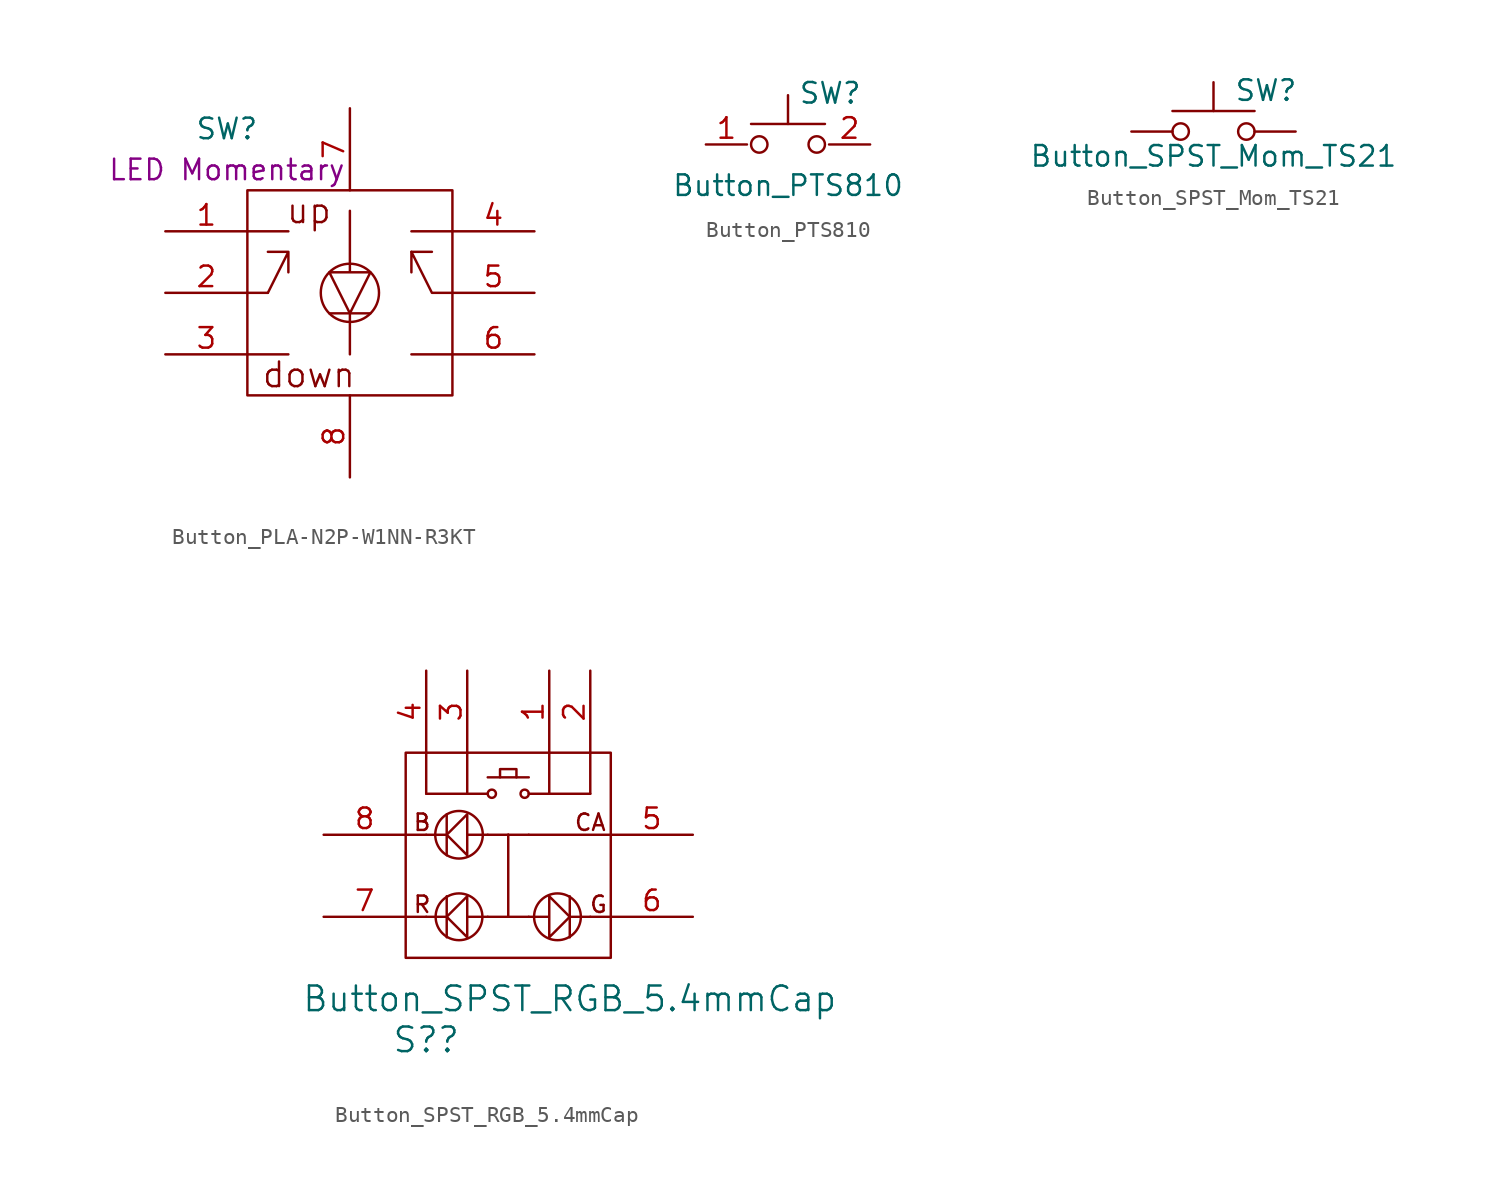
<source format=kicad_sym>
(kicad_symbol_lib
  (version 20241209)
  (generator "kicad_symbol_editor")
  (generator_version "9.0")
  (symbol "Button_PLA-N2P-W1NN-R3KT"
    (pin_names
      (offset 1.016)
      (hide yes))
    (property "Reference" "SW"
      (at -7.62 10.16 0)
      (effects (font (size 1.27 1.27))))
    (property "Display" "LED Momentary"
      (at -7.62 7.62 0)
      (effects (font (size 1.27 1.27))))
    (symbol "Button_PLA-N2P-W1NN-R3KT_0_0"
      (text "up" (at -2.54 5.08 0) (effects (font (size 1.524 1.524))))
      (text "down" (at -2.54 -5.08 0) (effects (font (size 1.524 1.524)))))
    (symbol "Button_PLA-N2P-W1NN-R3KT_0_1"
      (rectangle (start -6.35 6.35) (end 6.35 -6.35) (stroke (width 0) (type default)) (fill (type none)))
      (polyline (pts (xy -6.35 3.81) (xy -3.81 3.81)) (stroke (width 0) (type default)) (fill (type none)))
      (polyline (pts (xy -6.35 0) (xy -5.08 0)) (stroke (width 0) (type default)) (fill (type none)))
      (polyline (pts (xy -6.35 -3.81) (xy -3.81 -3.81)) (stroke (width 0) (type default)) (fill (type none)))
      (polyline (pts (xy -5.08 0) (xy -3.81 2.54) (xy -5.08 2.54) (xy -3.81 2.54) (xy -3.81 1.27)) (stroke (width 0) (type default)) (fill (type none)))
      (polyline (pts (xy -1.27 -1.27) (xy 1.27 -1.27)) (stroke (width 0) (type default)) (fill (type none)))
      (polyline (pts (xy 0 5.08) (xy 0 1.27) (xy 1.27 1.27) (xy 0 -1.27) (xy -1.27 1.27) (xy 0 1.27)) (stroke (width 0) (type default)) (fill (type none)))
      (circle (center 0 0) (radius 1.803) (stroke (width 0) (type default)) (fill (type none)))
      (polyline (pts (xy 0 -1.27) (xy 0 -3.81)) (stroke (width 0) (type default)) (fill (type none)))
      (polyline (pts (xy 3.81 2.54) (xy 5.08 2.54)) (stroke (width 0) (type default)) (fill (type none)))
      (polyline (pts (xy 6.35 3.81) (xy 3.81 3.81)) (stroke (width 0) (type default)) (fill (type none)))
      (polyline (pts (xy 6.35 0) (xy 5.08 0) (xy 3.81 2.54) (xy 3.81 1.27)) (stroke (width 0) (type default)) (fill (type none)))
      (polyline (pts (xy 6.35 -3.81) (xy 3.81 -3.81)) (stroke (width 0) (type default)) (fill (type none))))
    (symbol "Button_PLA-N2P-W1NN-R3KT_1_1"
      (pin input line (at -11.43 3.81 0) (length 5.08) (name "UP-A" (effects (font (size 1.27 1.27)))) (number "1" (effects (font (size 1.27 1.27)))))
      (pin input line (at -11.43 0 0) (length 5.08) (name "POLE-A" (effects (font (size 1.27 1.27)))) (number "2" (effects (font (size 1.27 1.27)))))
      (pin input line (at -11.43 -3.81 0) (length 5.08) (name "DOWN-A" (effects (font (size 1.27 1.27)))) (number "3" (effects (font (size 1.27 1.27)))))
      (pin input line (at 0 11.43 270) (length 5.08) (name "A" (effects (font (size 1.27 1.27)))) (number "7" (effects (font (size 1.27 1.27)))))
      (pin input line (at 0 -11.43 90) (length 5.08) (name "C" (effects (font (size 1.27 1.27)))) (number "8" (effects (font (size 1.27 1.27)))))
      (pin input line (at 11.43 3.81 180) (length 5.08) (name "UP-B" (effects (font (size 1.27 1.27)))) (number "4" (effects (font (size 1.27 1.27)))))
      (pin input line (at 11.43 0 180) (length 5.08) (name "POLE-B" (effects (font (size 1.27 1.27)))) (number "5" (effects (font (size 1.27 1.27)))))
      (pin input line (at 11.43 -3.81 180) (length 5.08) (name "DOWN-B" (effects (font (size 1.27 1.27)))) (number "6" (effects (font (size 1.27 1.27)))))))
  (symbol "Button_PTS810"
    (pin_names
      (offset 1.016)
      (hide yes))
    (property "Reference" "SW"
      (at 0.635 5.715 0)
      (effects (font (size 1.27 1.27)) (justify left)))
    (property "Value" "Button_PTS810"
      (at 0 0 0)
      (effects (font (size 1.27 1.27))))
    (symbol "Button_PTS810_0_1"
      (polyline (pts (xy -2.286 3.81) (xy 2.286 3.81)) (stroke (width 0) (type default)) (fill (type none)))
      (circle (center -1.778 2.54) (radius 0.508) (stroke (width 0) (type default)) (fill (type none)))
      (polyline (pts (xy 0 3.81) (xy 0 5.588)) (stroke (width 0) (type default)) (fill (type none)))
      (circle (center 1.778 2.54) (radius 0.508) (stroke (width 0) (type default)) (fill (type none)))
      (pin passive line (at -5.08 2.54 0) (length 2.54) (name "1" (effects (font (size 1.27 1.27)))) (number "1" (effects (font (size 1.27 1.27)))))
      (pin passive line (at 5.08 2.54 180) (length 2.54) (name "2" (effects (font (size 1.27 1.27)))) (number "2" (effects (font (size 1.27 1.27)))))))
  (symbol "Button_SPST_Mom_TS21"
    (pin_numbers
      (hide yes))
    (pin_names
      (offset 1.016)
      (hide yes))
    (property "Reference" "SW"
      (at 1.27 2.54 0)
      (effects (font (size 1.27 1.27)) (justify left)))
    (property "Value" "Button_SPST_Mom_TS21"
      (at 0 -1.524 0)
      (effects (font (size 1.27 1.27))))
    (symbol "Button_SPST_Mom_TS21_0_1"
      (circle (center -2.032 0) (radius 0.508) (stroke (width 0) (type default)) (fill (type none)))
      (polyline (pts (xy 0 1.27) (xy 0 3.048)) (stroke (width 0) (type default)) (fill (type none)))
      (circle (center 2.032 0) (radius 0.508) (stroke (width 0) (type default)) (fill (type none)))
      (polyline (pts (xy 2.54 1.27) (xy -2.54 1.27)) (stroke (width 0) (type default)) (fill (type none)))
      (pin passive line (at -5.08 0 0) (length 2.54) (name "1" (effects (font (size 1.27 1.27)))) (number "1" (effects (font (size 1.27 1.27)))))
      (pin passive line (at 5.08 0 180) (length 2.54) (name "2" (effects (font (size 1.27 1.27)))) (number "2" (effects (font (size 1.27 1.27)))))))
  (symbol "Button_SPST_RGB_5.4mmCap"
    (pin_names
      (offset 1.016)
      (hide yes))
    (property "Reference" "S?"
      (at -5.08 -11.43 0)
      (effects (font (size 1.524 1.524))))
    (property "Value" "Button_SPST_RGB_5.4mmCap"
      (at 3.81 -8.89 0)
      (effects (font (size 1.524 1.524))))
    (property "Datasheet" ""
      (at -22.86 -1.27 0)
      (effects (font (size 1.524 1.524))))
    (symbol "Button_SPST_RGB_5.4mmCap_0_0"
      (text "B" (at -5.334 2.032 0) (effects (font (size 1.016 1.016))))
      (text "R" (at -5.334 -3.048 0) (effects (font (size 1.016 1.016))))
      (text "CA" (at 5.08 2.032 0) (effects (font (size 1.016 1.016))))
      (text "G" (at 5.588 -3.048 0) (effects (font (size 1.016 1.016)))))
    (symbol "Button_SPST_RGB_5.4mmCap_0_1"
      (rectangle (start -6.35 6.35) (end 6.35 -6.35) (stroke (width 0) (type default)) (fill (type none)))
      (polyline (pts (xy -5.08 6.35) (xy -5.08 3.81)) (stroke (width 0) (type default)) (fill (type none)))
      (polyline (pts (xy -5.08 3.81) (xy -1.27 3.81)) (stroke (width 0) (type default)) (fill (type none)))
      (polyline (pts (xy -5.08 1.27) (xy -6.35 1.27)) (stroke (width 0) (type default)) (fill (type none)))
      (polyline (pts (xy -5.08 -3.81) (xy -6.35 -3.81)) (stroke (width 0) (type default)) (fill (type none)))
      (polyline (pts (xy -3.81 2.54) (xy -3.81 0)) (stroke (width 0) (type default)) (fill (type none)))
      (polyline (pts (xy -3.81 1.27) (xy -5.08 1.27)) (stroke (width 0) (type default)) (fill (type none)))
      (polyline (pts (xy -3.81 -2.54) (xy -3.81 -5.08)) (stroke (width 0) (type default)) (fill (type none)))
      (polyline (pts (xy -3.81 -3.81) (xy -5.08 -3.81)) (stroke (width 0) (type default)) (fill (type none)))
      (circle (center -3.048 1.27) (radius 1.473) (stroke (width 0) (type default)) (fill (type none)))
      (circle (center -3.048 -3.81) (radius 1.448) (stroke (width 0) (type default)) (fill (type none)))
      (polyline (pts (xy -2.54 6.35) (xy -2.54 3.81)) (stroke (width 0) (type default)) (fill (type none)))
      (polyline (pts (xy -1.27 1.27) (xy 0 1.27)) (stroke (width 0) (type default)) (fill (type none)))
      (polyline (pts (xy -1.27 1.27) (xy -2.54 1.27) (xy -2.54 2.54) (xy -3.81 1.27) (xy -2.54 0) (xy -2.54 1.27)) (stroke (width 0) (type default)) (fill (type none)))
      (polyline (pts (xy -1.27 -3.81) (xy 0 -3.81)) (stroke (width 0) (type default)) (fill (type none)))
      (polyline (pts (xy -1.27 -3.81) (xy -2.54 -3.81) (xy -2.54 -2.54) (xy -3.81 -3.81) (xy -2.54 -5.08) (xy -2.54 -3.81)) (stroke (width 0) (type default)) (fill (type none)))
      (circle (center -1.016 3.81) (radius 0.254) (stroke (width 0) (type default)) (fill (type none)))
      (polyline (pts (xy -0.508 4.826) (xy -0.508 5.334) (xy 0.508 5.334) (xy 0.508 4.826)) (stroke (width 0) (type default)) (fill (type none)))
      (polyline (pts (xy 0 1.27) (xy 0 -3.81)) (stroke (width 0) (type default)) (fill (type none)))
      (circle (center 1.016 3.81) (radius 0.254) (stroke (width 0) (type default)) (fill (type none)))
      (polyline (pts (xy 1.27 4.826) (xy -1.27 4.826)) (stroke (width 0) (type default)) (fill (type none)))
      (polyline (pts (xy 1.27 1.27) (xy 0 1.27)) (stroke (width 0) (type default)) (fill (type none)))
      (polyline (pts (xy 1.27 1.27) (xy 6.35 1.27)) (stroke (width 0) (type default)) (fill (type none)))
      (polyline (pts (xy 1.27 -3.81) (xy 0 -3.81)) (stroke (width 0) (type default)) (fill (type none)))
      (polyline (pts (xy 1.27 -3.81) (xy 2.54 -3.81) (xy 2.54 -2.54) (xy 3.81 -3.81) (xy 2.54 -5.08) (xy 2.54 -3.81)) (stroke (width 0) (type default)) (fill (type none)))
      (polyline (pts (xy 2.54 6.35) (xy 2.54 3.81)) (stroke (width 0) (type default)) (fill (type none)))
      (circle (center 3.048 -3.81) (radius 1.448) (stroke (width 0) (type default)) (fill (type none)))
      (polyline (pts (xy 3.81 -2.54) (xy 3.81 -5.08)) (stroke (width 0) (type default)) (fill (type none)))
      (polyline (pts (xy 3.81 -3.81) (xy 5.08 -3.81)) (stroke (width 0) (type default)) (fill (type none)))
      (polyline (pts (xy 5.08 6.35) (xy 5.08 3.81)) (stroke (width 0) (type default)) (fill (type none)))
      (polyline (pts (xy 5.08 3.81) (xy 1.27 3.81)) (stroke (width 0) (type default)) (fill (type none)))
      (polyline (pts (xy 5.08 -3.81) (xy 6.35 -3.81)) (stroke (width 0) (type default)) (fill (type none))))
    (symbol "Button_SPST_RGB_5.4mmCap_1_1"
      (pin input line (at -11.43 1.27 0) (length 5.08) (name "B" (effects (font (size 1.27 1.27)))) (number "8" (effects (font (size 1.27 1.27)))))
      (pin input line (at -11.43 -3.81 0) (length 5.08) (name "R" (effects (font (size 1.27 1.27)))) (number "7" (effects (font (size 1.27 1.27)))))
      (pin input line (at -5.08 11.43 270) (length 5.08) (name "UP-B" (effects (font (size 1.27 1.27)))) (number "4" (effects (font (size 1.27 1.27)))))
      (pin input line (at -2.54 11.43 270) (length 5.08) (name "DOWN-A" (effects (font (size 1.27 1.27)))) (number "3" (effects (font (size 1.27 1.27)))))
      (pin input line (at 2.54 11.43 270) (length 5.08) (name "UP-A" (effects (font (size 1.27 1.27)))) (number "1" (effects (font (size 1.27 1.27)))))
      (pin input line (at 5.08 11.43 270) (length 5.08) (name "POLE-A" (effects (font (size 1.27 1.27)))) (number "2" (effects (font (size 1.27 1.27)))))
      (pin input line (at 11.43 1.27 180) (length 5.08) (name "CA" (effects (font (size 1.27 1.27)))) (number "5" (effects (font (size 1.27 1.27)))))
      (pin input line (at 11.43 -3.81 180) (length 5.08) (name "G" (effects (font (size 1.27 1.27)))) (number "6" (effects (font (size 1.27 1.27))))))))
</source>
